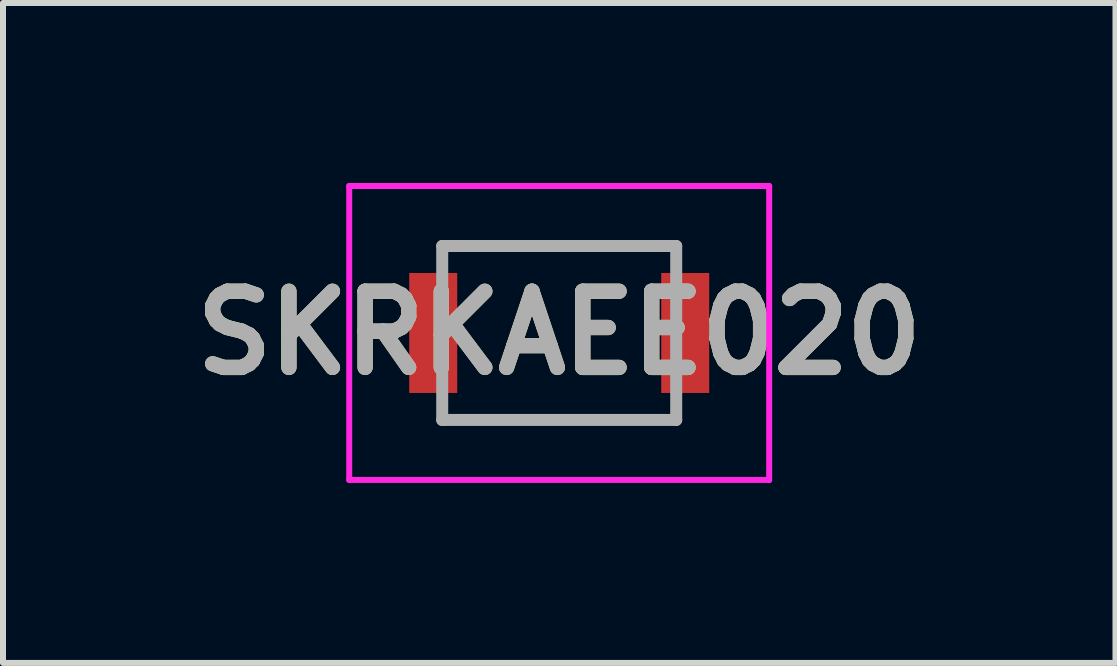
<source format=kicad_pcb>
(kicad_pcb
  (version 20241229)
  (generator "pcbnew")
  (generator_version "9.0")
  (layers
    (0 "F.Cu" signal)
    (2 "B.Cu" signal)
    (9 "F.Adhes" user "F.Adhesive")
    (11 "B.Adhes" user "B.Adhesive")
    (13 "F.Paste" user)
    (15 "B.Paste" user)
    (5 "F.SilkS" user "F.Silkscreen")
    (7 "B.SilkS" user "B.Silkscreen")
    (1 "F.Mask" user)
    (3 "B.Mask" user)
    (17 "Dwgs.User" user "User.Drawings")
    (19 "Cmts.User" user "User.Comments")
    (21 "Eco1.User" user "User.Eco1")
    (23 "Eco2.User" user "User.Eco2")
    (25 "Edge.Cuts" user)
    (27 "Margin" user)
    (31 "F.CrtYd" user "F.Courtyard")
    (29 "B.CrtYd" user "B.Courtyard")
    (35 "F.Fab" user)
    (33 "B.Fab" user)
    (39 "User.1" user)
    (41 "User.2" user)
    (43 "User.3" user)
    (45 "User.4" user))
  (footprint "SKRKAEE020"
    (layer "F.Cu")
    (at 6.271 2.5)
    (property "Reference" "SKRKAEE020" (at 0 0 0) (layer "F.SilkS") (effects (font (size 1.27 1.27) (thickness 0.254))))
    (attr smd)
    (fp_line (start -1.95 -1.45) (end 1.95 -1.45) (stroke (width 0.1) (type solid)) (layer "F.SilkS"))
    (fp_line (start -1.95 1.45) (end 1.95 1.45) (stroke (width 0.1) (type solid)) (layer "F.SilkS"))
    (fp_line (start -3.5 -2.45) (end 3.5 -2.45) (stroke (width 0.1) (type solid)) (layer "F.CrtYd"))
    (fp_line (start -3.5 2.45) (end -3.5 -2.45) (stroke (width 0.1) (type solid)) (layer "F.CrtYd"))
    (fp_line (start 3.5 -2.45) (end 3.5 2.45) (stroke (width 0.1) (type solid)) (layer "F.CrtYd"))
    (fp_line (start 3.5 2.45) (end -3.5 2.45) (stroke (width 0.1) (type solid)) (layer "F.CrtYd"))
    (fp_line (start -1.95 -1.45) (end 1.95 -1.45) (stroke (width 0.2) (type solid)) (layer "F.Fab"))
    (fp_line (start -1.95 1.45) (end -1.95 -1.45) (stroke (width 0.2) (type solid)) (layer "F.Fab"))
    (fp_line (start 1.95 -1.45) (end 1.95 1.45) (stroke (width 0.2) (type solid)) (layer "F.Fab"))
    (fp_line (start 1.95 1.45) (end -1.95 1.45) (stroke (width 0.2) (type solid)) (layer "F.Fab"))
    (fp_text user "${REFERENCE}" (at 0 0 0) (layer "F.Fab") (effects (font (size 1.27 1.27) (thickness 0.254))))
    (pad "1" smd rect (at -2.1 0) (size 0.8 2) (layers "F.Cu" "F.Mask" "F.Paste"))
    (pad "2" smd rect (at 2.1 0) (size 0.8 2) (layers "F.Cu" "F.Mask" "F.Paste")))
  (gr_rect
    (start -3 -3)
    (end 15.543 8)
    (stroke (width 0.1) (type default))
    (fill no)
    (layer "Edge.Cuts")))
</source>
